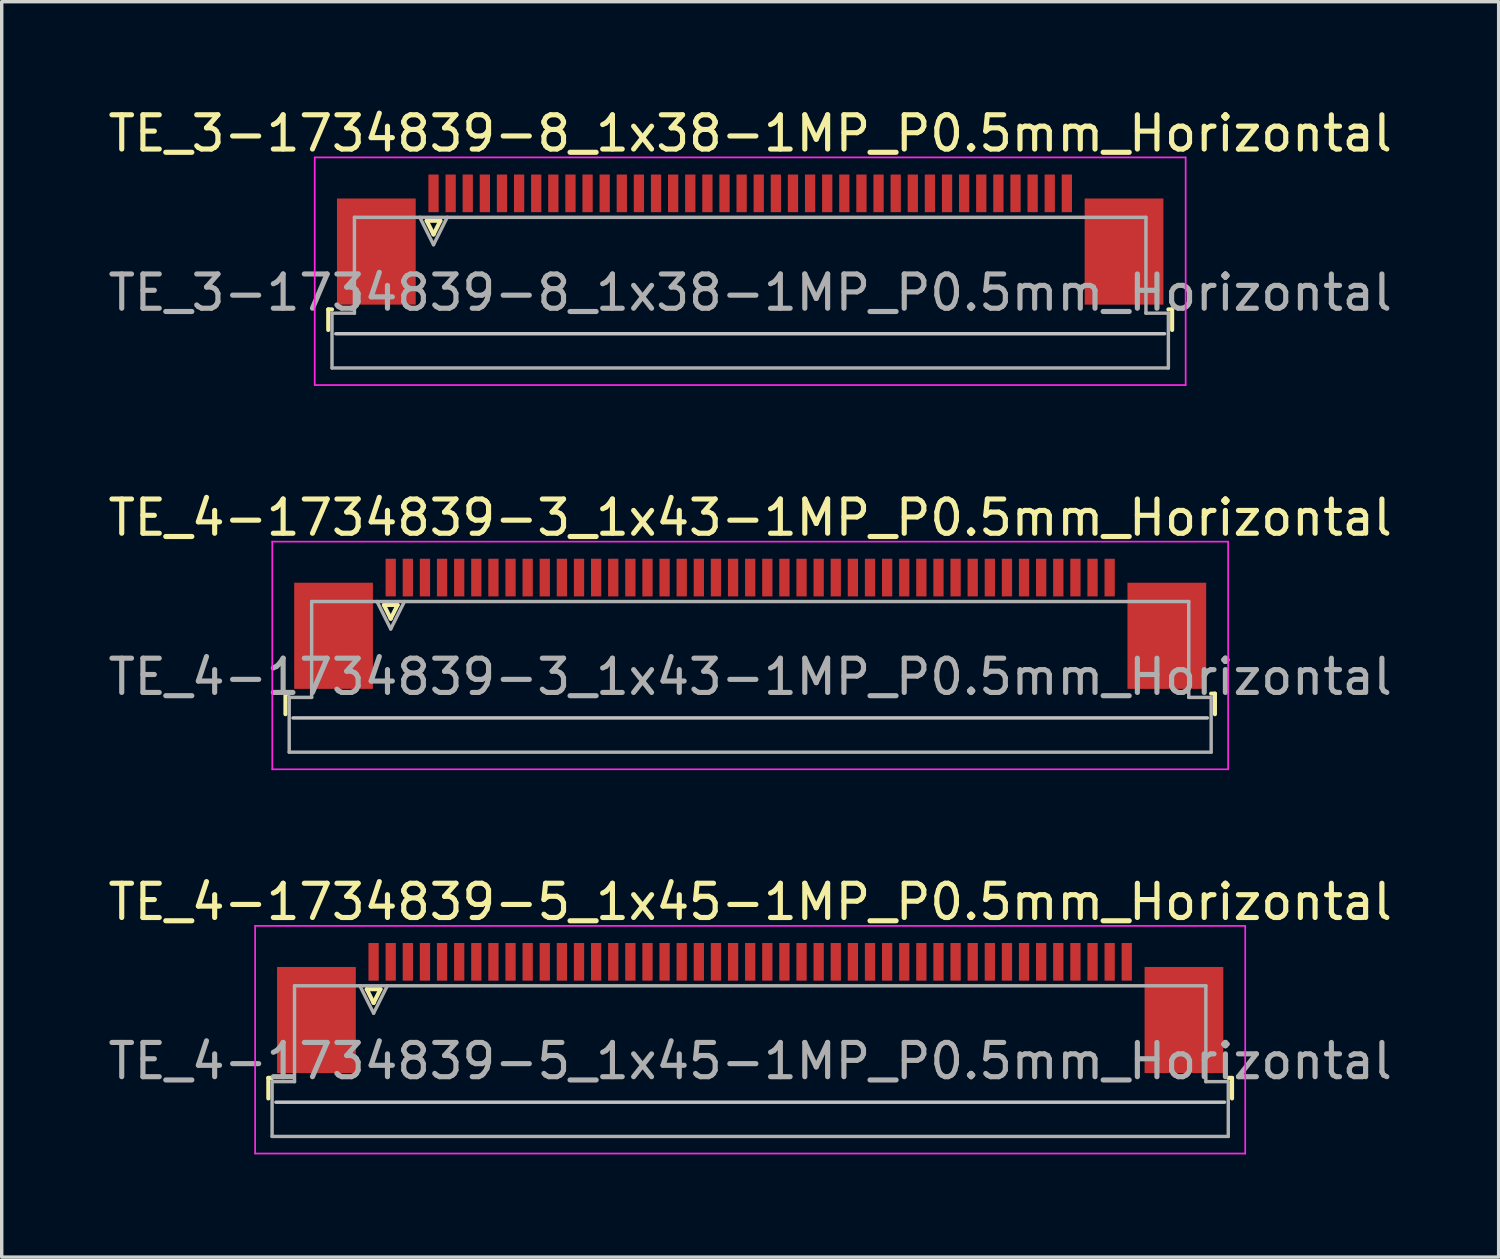
<source format=kicad_pcb>
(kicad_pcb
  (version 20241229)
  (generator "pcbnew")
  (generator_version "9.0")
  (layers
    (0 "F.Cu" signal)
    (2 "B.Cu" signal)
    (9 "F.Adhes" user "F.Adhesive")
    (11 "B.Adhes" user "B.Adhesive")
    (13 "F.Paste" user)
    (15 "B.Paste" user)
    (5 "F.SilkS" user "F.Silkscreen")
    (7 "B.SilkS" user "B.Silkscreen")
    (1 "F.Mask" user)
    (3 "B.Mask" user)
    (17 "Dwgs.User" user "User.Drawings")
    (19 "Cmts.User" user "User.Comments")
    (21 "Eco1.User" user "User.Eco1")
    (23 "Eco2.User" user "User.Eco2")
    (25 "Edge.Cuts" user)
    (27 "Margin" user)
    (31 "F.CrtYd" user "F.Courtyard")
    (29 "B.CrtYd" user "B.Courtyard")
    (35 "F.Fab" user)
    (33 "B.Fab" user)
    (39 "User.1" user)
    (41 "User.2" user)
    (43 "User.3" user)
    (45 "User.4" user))
  (footprint "TE_4-1734839-3_1x43-1MP_P0.5mm_Horizontal"
    (layer "F.Cu")
    (at 18.863 15.171)
    (property "Reference" "TE_4-1734839-3_1x43-1MP_P0.5mm_Horizontal" (at 0 -3.1 0) (layer "F.SilkS") (effects (font (size 1 1) (thickness 0.15))))
    (attr smd)
    (fp_line (start -13.575 2.04) (end -13.575 2.64) (stroke (width 0.12) (type solid)) (layer "F.SilkS"))
    (fp_line (start -13.465 2.04) (end -13.575 2.04) (stroke (width 0.12) (type solid)) (layer "F.SilkS"))
    (fp_line (start -10.7 -0.55) (end -10.5 -0.15) (stroke (width 0.12) (type solid)) (layer "F.SilkS"))
    (fp_line (start -10.5 -0.15) (end -10.3 -0.55) (stroke (width 0.12) (type solid)) (layer "F.SilkS"))
    (fp_line (start -10.3 -0.55) (end -10.7 -0.55) (stroke (width 0.12) (type solid)) (layer "F.SilkS"))
    (fp_line (start 13.465 2.04) (end 13.575 2.04) (stroke (width 0.12) (type solid)) (layer "F.SilkS"))
    (fp_line (start 13.575 2.04) (end 13.575 2.64) (stroke (width 0.12) (type solid)) (layer "F.SilkS"))
    (fp_line (start 13.355 2.75) (end -13.355 2.75) (stroke (width 0.1) (type solid)) (layer "Dwgs.User"))
    (fp_line (start -13.96 -2.4) (end -13.96 4.25) (stroke (width 0.05) (type solid)) (layer "F.CrtYd"))
    (fp_line (start -13.96 4.25) (end 13.96 4.25) (stroke (width 0.05) (type solid)) (layer "F.CrtYd"))
    (fp_line (start 13.96 -2.4) (end -13.96 -2.4) (stroke (width 0.05) (type solid)) (layer "F.CrtYd"))
    (fp_line (start 13.96 4.25) (end 13.96 -2.4) (stroke (width 0.05) (type solid)) (layer "F.CrtYd"))
    (fp_line (start -13.465 2.15) (end -12.81 2.15) (stroke (width 0.1) (type solid)) (layer "F.Fab"))
    (fp_line (start -13.465 3.75) (end -13.465 2.15) (stroke (width 0.1) (type solid)) (layer "F.Fab"))
    (fp_line (start -12.81 -0.65) (end 12.81 -0.65) (stroke (width 0.1) (type solid)) (layer "F.Fab"))
    (fp_line (start -12.81 2.15) (end -12.81 -0.65) (stroke (width 0.1) (type solid)) (layer "F.Fab"))
    (fp_line (start -10.9 -0.65) (end -10.5 0.15) (stroke (width 0.1) (type solid)) (layer "F.Fab"))
    (fp_line (start -10.5 0.15) (end -10.1 -0.65) (stroke (width 0.1) (type solid)) (layer "F.Fab"))
    (fp_line (start 12.81 -0.65) (end 12.81 2.15) (stroke (width 0.1) (type solid)) (layer "F.Fab"))
    (fp_line (start 12.81 2.15) (end 13.465 2.15) (stroke (width 0.1) (type solid)) (layer "F.Fab"))
    (fp_line (start 13.465 2.15) (end 13.465 3.75) (stroke (width 0.1) (type solid)) (layer "F.Fab"))
    (fp_line (start 13.465 3.75) (end -13.465 3.75) (stroke (width 0.1) (type solid)) (layer "F.Fab"))
    (fp_text user "${REFERENCE}" (at 0 1.55 0) (layer "F.Fab") (effects (font (size 1 1) (thickness 0.15))))
    (pad "1" smd rect (at -10.5 -1.35) (size 0.3 1.1) (layers "F.Cu" "F.Mask" "F.Paste"))
    (pad "2" smd rect (at -10 -1.35) (size 0.3 1.1) (layers "F.Cu" "F.Mask" "F.Paste"))
    (pad "3" smd rect (at -9.5 -1.35) (size 0.3 1.1) (layers "F.Cu" "F.Mask" "F.Paste"))
    (pad "4" smd rect (at -9 -1.35) (size 0.3 1.1) (layers "F.Cu" "F.Mask" "F.Paste"))
    (pad "5" smd rect (at -8.5 -1.35) (size 0.3 1.1) (layers "F.Cu" "F.Mask" "F.Paste"))
    (pad "6" smd rect (at -8 -1.35) (size 0.3 1.1) (layers "F.Cu" "F.Mask" "F.Paste"))
    (pad "7" smd rect (at -7.5 -1.35) (size 0.3 1.1) (layers "F.Cu" "F.Mask" "F.Paste"))
    (pad "8" smd rect (at -7 -1.35) (size 0.3 1.1) (layers "F.Cu" "F.Mask" "F.Paste"))
    (pad "9" smd rect (at -6.5 -1.35) (size 0.3 1.1) (layers "F.Cu" "F.Mask" "F.Paste"))
    (pad "10" smd rect (at -6 -1.35) (size 0.3 1.1) (layers "F.Cu" "F.Mask" "F.Paste"))
    (pad "11" smd rect (at -5.5 -1.35) (size 0.3 1.1) (layers "F.Cu" "F.Mask" "F.Paste"))
    (pad "12" smd rect (at -5 -1.35) (size 0.3 1.1) (layers "F.Cu" "F.Mask" "F.Paste"))
    (pad "13" smd rect (at -4.5 -1.35) (size 0.3 1.1) (layers "F.Cu" "F.Mask" "F.Paste"))
    (pad "14" smd rect (at -4 -1.35) (size 0.3 1.1) (layers "F.Cu" "F.Mask" "F.Paste"))
    (pad "15" smd rect (at -3.5 -1.35) (size 0.3 1.1) (layers "F.Cu" "F.Mask" "F.Paste"))
    (pad "16" smd rect (at -3 -1.35) (size 0.3 1.1) (layers "F.Cu" "F.Mask" "F.Paste"))
    (pad "17" smd rect (at -2.5 -1.35) (size 0.3 1.1) (layers "F.Cu" "F.Mask" "F.Paste"))
    (pad "18" smd rect (at -2 -1.35) (size 0.3 1.1) (layers "F.Cu" "F.Mask" "F.Paste"))
    (pad "19" smd rect (at -1.5 -1.35) (size 0.3 1.1) (layers "F.Cu" "F.Mask" "F.Paste"))
    (pad "20" smd rect (at -1 -1.35) (size 0.3 1.1) (layers "F.Cu" "F.Mask" "F.Paste"))
    (pad "21" smd rect (at -0.5 -1.35) (size 0.3 1.1) (layers "F.Cu" "F.Mask" "F.Paste"))
    (pad "22" smd rect (at 0 -1.35) (size 0.3 1.1) (layers "F.Cu" "F.Mask" "F.Paste"))
    (pad "23" smd rect (at 0.5 -1.35) (size 0.3 1.1) (layers "F.Cu" "F.Mask" "F.Paste"))
    (pad "24" smd rect (at 1 -1.35) (size 0.3 1.1) (layers "F.Cu" "F.Mask" "F.Paste"))
    (pad "25" smd rect (at 1.5 -1.35) (size 0.3 1.1) (layers "F.Cu" "F.Mask" "F.Paste"))
    (pad "26" smd rect (at 2 -1.35) (size 0.3 1.1) (layers "F.Cu" "F.Mask" "F.Paste"))
    (pad "27" smd rect (at 2.5 -1.35) (size 0.3 1.1) (layers "F.Cu" "F.Mask" "F.Paste"))
    (pad "28" smd rect (at 3 -1.35) (size 0.3 1.1) (layers "F.Cu" "F.Mask" "F.Paste"))
    (pad "29" smd rect (at 3.5 -1.35) (size 0.3 1.1) (layers "F.Cu" "F.Mask" "F.Paste"))
    (pad "30" smd rect (at 4 -1.35) (size 0.3 1.1) (layers "F.Cu" "F.Mask" "F.Paste"))
    (pad "31" smd rect (at 4.5 -1.35) (size 0.3 1.1) (layers "F.Cu" "F.Mask" "F.Paste"))
    (pad "32" smd rect (at 5 -1.35) (size 0.3 1.1) (layers "F.Cu" "F.Mask" "F.Paste"))
    (pad "33" smd rect (at 5.5 -1.35) (size 0.3 1.1) (layers "F.Cu" "F.Mask" "F.Paste"))
    (pad "34" smd rect (at 6 -1.35) (size 0.3 1.1) (layers "F.Cu" "F.Mask" "F.Paste"))
    (pad "35" smd rect (at 6.5 -1.35) (size 0.3 1.1) (layers "F.Cu" "F.Mask" "F.Paste"))
    (pad "36" smd rect (at 7 -1.35) (size 0.3 1.1) (layers "F.Cu" "F.Mask" "F.Paste"))
    (pad "37" smd rect (at 7.5 -1.35) (size 0.3 1.1) (layers "F.Cu" "F.Mask" "F.Paste"))
    (pad "38" smd rect (at 8 -1.35) (size 0.3 1.1) (layers "F.Cu" "F.Mask" "F.Paste"))
    (pad "39" smd rect (at 8.5 -1.35) (size 0.3 1.1) (layers "F.Cu" "F.Mask" "F.Paste"))
    (pad "40" smd rect (at 9 -1.35) (size 0.3 1.1) (layers "F.Cu" "F.Mask" "F.Paste"))
    (pad "41" smd rect (at 9.5 -1.35) (size 0.3 1.1) (layers "F.Cu" "F.Mask" "F.Paste"))
    (pad "42" smd rect (at 10 -1.35) (size 0.3 1.1) (layers "F.Cu" "F.Mask" "F.Paste"))
    (pad "43" smd rect (at 10.5 -1.35) (size 0.3 1.1) (layers "F.Cu" "F.Mask" "F.Paste"))
    (pad "MP" smd rect (at -12.17 0.35) (size 2.3 3.1) (layers "F.Cu" "F.Mask" "F.Paste"))
    (pad "MP" smd rect (at 12.17 0.35) (size 2.3 3.1) (layers "F.Cu" "F.Mask" "F.Paste")))
  (footprint "TE_4-1734839-5_1x45-1MP_P0.5mm_Horizontal"
    (layer "F.Cu")
    (at 18.863 26.395)
    (property "Reference" "TE_4-1734839-5_1x45-1MP_P0.5mm_Horizontal" (at 0 -3.1 0) (layer "F.SilkS") (effects (font (size 1 1) (thickness 0.15))))
    (attr smd)
    (fp_line (start -14.075 2.04) (end -14.075 2.64) (stroke (width 0.12) (type solid)) (layer "F.SilkS"))
    (fp_line (start -13.965 2.04) (end -14.075 2.04) (stroke (width 0.12) (type solid)) (layer "F.SilkS"))
    (fp_line (start -11.2 -0.55) (end -11 -0.15) (stroke (width 0.12) (type solid)) (layer "F.SilkS"))
    (fp_line (start -11 -0.15) (end -10.8 -0.55) (stroke (width 0.12) (type solid)) (layer "F.SilkS"))
    (fp_line (start -10.8 -0.55) (end -11.2 -0.55) (stroke (width 0.12) (type solid)) (layer "F.SilkS"))
    (fp_line (start 13.965 2.04) (end 14.075 2.04) (stroke (width 0.12) (type solid)) (layer "F.SilkS"))
    (fp_line (start 14.075 2.04) (end 14.075 2.64) (stroke (width 0.12) (type solid)) (layer "F.SilkS"))
    (fp_line (start 13.855 2.75) (end -13.855 2.75) (stroke (width 0.1) (type solid)) (layer "Dwgs.User"))
    (fp_line (start -14.46 -2.4) (end -14.46 4.25) (stroke (width 0.05) (type solid)) (layer "F.CrtYd"))
    (fp_line (start -14.46 4.25) (end 14.46 4.25) (stroke (width 0.05) (type solid)) (layer "F.CrtYd"))
    (fp_line (start 14.46 -2.4) (end -14.46 -2.4) (stroke (width 0.05) (type solid)) (layer "F.CrtYd"))
    (fp_line (start 14.46 4.25) (end 14.46 -2.4) (stroke (width 0.05) (type solid)) (layer "F.CrtYd"))
    (fp_line (start -13.965 2.15) (end -13.31 2.15) (stroke (width 0.1) (type solid)) (layer "F.Fab"))
    (fp_line (start -13.965 3.75) (end -13.965 2.15) (stroke (width 0.1) (type solid)) (layer "F.Fab"))
    (fp_line (start -13.31 -0.65) (end 13.31 -0.65) (stroke (width 0.1) (type solid)) (layer "F.Fab"))
    (fp_line (start -13.31 2.15) (end -13.31 -0.65) (stroke (width 0.1) (type solid)) (layer "F.Fab"))
    (fp_line (start -11.4 -0.65) (end -11 0.15) (stroke (width 0.1) (type solid)) (layer "F.Fab"))
    (fp_line (start -11 0.15) (end -10.6 -0.65) (stroke (width 0.1) (type solid)) (layer "F.Fab"))
    (fp_line (start 13.31 -0.65) (end 13.31 2.15) (stroke (width 0.1) (type solid)) (layer "F.Fab"))
    (fp_line (start 13.31 2.15) (end 13.965 2.15) (stroke (width 0.1) (type solid)) (layer "F.Fab"))
    (fp_line (start 13.965 2.15) (end 13.965 3.75) (stroke (width 0.1) (type solid)) (layer "F.Fab"))
    (fp_line (start 13.965 3.75) (end -13.965 3.75) (stroke (width 0.1) (type solid)) (layer "F.Fab"))
    (fp_text user "${REFERENCE}" (at 0 1.55 0) (layer "F.Fab") (effects (font (size 1 1) (thickness 0.15))))
    (pad "1" smd rect (at -11 -1.35) (size 0.3 1.1) (layers "F.Cu" "F.Mask" "F.Paste"))
    (pad "2" smd rect (at -10.5 -1.35) (size 0.3 1.1) (layers "F.Cu" "F.Mask" "F.Paste"))
    (pad "3" smd rect (at -10 -1.35) (size 0.3 1.1) (layers "F.Cu" "F.Mask" "F.Paste"))
    (pad "4" smd rect (at -9.5 -1.35) (size 0.3 1.1) (layers "F.Cu" "F.Mask" "F.Paste"))
    (pad "5" smd rect (at -9 -1.35) (size 0.3 1.1) (layers "F.Cu" "F.Mask" "F.Paste"))
    (pad "6" smd rect (at -8.5 -1.35) (size 0.3 1.1) (layers "F.Cu" "F.Mask" "F.Paste"))
    (pad "7" smd rect (at -8 -1.35) (size 0.3 1.1) (layers "F.Cu" "F.Mask" "F.Paste"))
    (pad "8" smd rect (at -7.5 -1.35) (size 0.3 1.1) (layers "F.Cu" "F.Mask" "F.Paste"))
    (pad "9" smd rect (at -7 -1.35) (size 0.3 1.1) (layers "F.Cu" "F.Mask" "F.Paste"))
    (pad "10" smd rect (at -6.5 -1.35) (size 0.3 1.1) (layers "F.Cu" "F.Mask" "F.Paste"))
    (pad "11" smd rect (at -6 -1.35) (size 0.3 1.1) (layers "F.Cu" "F.Mask" "F.Paste"))
    (pad "12" smd rect (at -5.5 -1.35) (size 0.3 1.1) (layers "F.Cu" "F.Mask" "F.Paste"))
    (pad "13" smd rect (at -5 -1.35) (size 0.3 1.1) (layers "F.Cu" "F.Mask" "F.Paste"))
    (pad "14" smd rect (at -4.5 -1.35) (size 0.3 1.1) (layers "F.Cu" "F.Mask" "F.Paste"))
    (pad "15" smd rect (at -4 -1.35) (size 0.3 1.1) (layers "F.Cu" "F.Mask" "F.Paste"))
    (pad "16" smd rect (at -3.5 -1.35) (size 0.3 1.1) (layers "F.Cu" "F.Mask" "F.Paste"))
    (pad "17" smd rect (at -3 -1.35) (size 0.3 1.1) (layers "F.Cu" "F.Mask" "F.Paste"))
    (pad "18" smd rect (at -2.5 -1.35) (size 0.3 1.1) (layers "F.Cu" "F.Mask" "F.Paste"))
    (pad "19" smd rect (at -2 -1.35) (size 0.3 1.1) (layers "F.Cu" "F.Mask" "F.Paste"))
    (pad "20" smd rect (at -1.5 -1.35) (size 0.3 1.1) (layers "F.Cu" "F.Mask" "F.Paste"))
    (pad "21" smd rect (at -1 -1.35) (size 0.3 1.1) (layers "F.Cu" "F.Mask" "F.Paste"))
    (pad "22" smd rect (at -0.5 -1.35) (size 0.3 1.1) (layers "F.Cu" "F.Mask" "F.Paste"))
    (pad "23" smd rect (at 0 -1.35) (size 0.3 1.1) (layers "F.Cu" "F.Mask" "F.Paste"))
    (pad "24" smd rect (at 0.5 -1.35) (size 0.3 1.1) (layers "F.Cu" "F.Mask" "F.Paste"))
    (pad "25" smd rect (at 1 -1.35) (size 0.3 1.1) (layers "F.Cu" "F.Mask" "F.Paste"))
    (pad "26" smd rect (at 1.5 -1.35) (size 0.3 1.1) (layers "F.Cu" "F.Mask" "F.Paste"))
    (pad "27" smd rect (at 2 -1.35) (size 0.3 1.1) (layers "F.Cu" "F.Mask" "F.Paste"))
    (pad "28" smd rect (at 2.5 -1.35) (size 0.3 1.1) (layers "F.Cu" "F.Mask" "F.Paste"))
    (pad "29" smd rect (at 3 -1.35) (size 0.3 1.1) (layers "F.Cu" "F.Mask" "F.Paste"))
    (pad "30" smd rect (at 3.5 -1.35) (size 0.3 1.1) (layers "F.Cu" "F.Mask" "F.Paste"))
    (pad "31" smd rect (at 4 -1.35) (size 0.3 1.1) (layers "F.Cu" "F.Mask" "F.Paste"))
    (pad "32" smd rect (at 4.5 -1.35) (size 0.3 1.1) (layers "F.Cu" "F.Mask" "F.Paste"))
    (pad "33" smd rect (at 5 -1.35) (size 0.3 1.1) (layers "F.Cu" "F.Mask" "F.Paste"))
    (pad "34" smd rect (at 5.5 -1.35) (size 0.3 1.1) (layers "F.Cu" "F.Mask" "F.Paste"))
    (pad "35" smd rect (at 6 -1.35) (size 0.3 1.1) (layers "F.Cu" "F.Mask" "F.Paste"))
    (pad "36" smd rect (at 6.5 -1.35) (size 0.3 1.1) (layers "F.Cu" "F.Mask" "F.Paste"))
    (pad "37" smd rect (at 7 -1.35) (size 0.3 1.1) (layers "F.Cu" "F.Mask" "F.Paste"))
    (pad "38" smd rect (at 7.5 -1.35) (size 0.3 1.1) (layers "F.Cu" "F.Mask" "F.Paste"))
    (pad "39" smd rect (at 8 -1.35) (size 0.3 1.1) (layers "F.Cu" "F.Mask" "F.Paste"))
    (pad "40" smd rect (at 8.5 -1.35) (size 0.3 1.1) (layers "F.Cu" "F.Mask" "F.Paste"))
    (pad "41" smd rect (at 9 -1.35) (size 0.3 1.1) (layers "F.Cu" "F.Mask" "F.Paste"))
    (pad "42" smd rect (at 9.5 -1.35) (size 0.3 1.1) (layers "F.Cu" "F.Mask" "F.Paste"))
    (pad "43" smd rect (at 10 -1.35) (size 0.3 1.1) (layers "F.Cu" "F.Mask" "F.Paste"))
    (pad "44" smd rect (at 10.5 -1.35) (size 0.3 1.1) (layers "F.Cu" "F.Mask" "F.Paste"))
    (pad "45" smd rect (at 11 -1.35) (size 0.3 1.1) (layers "F.Cu" "F.Mask" "F.Paste"))
    (pad "MP" smd rect (at -12.67 0.35) (size 2.3 3.1) (layers "F.Cu" "F.Mask" "F.Paste"))
    (pad "MP" smd rect (at 12.67 0.35) (size 2.3 3.1) (layers "F.Cu" "F.Mask" "F.Paste")))
  (footprint "TE_3-1734839-8_1x38-1MP_P0.5mm_Horizontal"
    (layer "F.Cu")
    (at 18.863 3.948)
    (property "Reference" "TE_3-1734839-8_1x38-1MP_P0.5mm_Horizontal" (at 0 -3.1 0) (layer "F.SilkS") (effects (font (size 1 1) (thickness 0.15))))
    (attr smd)
    (fp_line (start -12.325 2.04) (end -12.325 2.64) (stroke (width 0.12) (type solid)) (layer "F.SilkS"))
    (fp_line (start -12.215 2.04) (end -12.325 2.04) (stroke (width 0.12) (type solid)) (layer "F.SilkS"))
    (fp_line (start -9.45 -0.55) (end -9.25 -0.15) (stroke (width 0.12) (type solid)) (layer "F.SilkS"))
    (fp_line (start -9.25 -0.15) (end -9.05 -0.55) (stroke (width 0.12) (type solid)) (layer "F.SilkS"))
    (fp_line (start -9.05 -0.55) (end -9.45 -0.55) (stroke (width 0.12) (type solid)) (layer "F.SilkS"))
    (fp_line (start 12.215 2.04) (end 12.325 2.04) (stroke (width 0.12) (type solid)) (layer "F.SilkS"))
    (fp_line (start 12.325 2.04) (end 12.325 2.64) (stroke (width 0.12) (type solid)) (layer "F.SilkS"))
    (fp_line (start 12.105 2.75) (end -12.105 2.75) (stroke (width 0.1) (type solid)) (layer "Dwgs.User"))
    (fp_line (start -12.72 -2.4) (end -12.72 4.25) (stroke (width 0.05) (type solid)) (layer "F.CrtYd"))
    (fp_line (start -12.72 4.25) (end 12.72 4.25) (stroke (width 0.05) (type solid)) (layer "F.CrtYd"))
    (fp_line (start 12.72 -2.4) (end -12.72 -2.4) (stroke (width 0.05) (type solid)) (layer "F.CrtYd"))
    (fp_line (start 12.72 4.25) (end 12.72 -2.4) (stroke (width 0.05) (type solid)) (layer "F.CrtYd"))
    (fp_line (start -12.215 2.15) (end -11.56 2.15) (stroke (width 0.1) (type solid)) (layer "F.Fab"))
    (fp_line (start -12.215 3.75) (end -12.215 2.15) (stroke (width 0.1) (type solid)) (layer "F.Fab"))
    (fp_line (start -11.56 -0.65) (end 11.56 -0.65) (stroke (width 0.1) (type solid)) (layer "F.Fab"))
    (fp_line (start -11.56 2.15) (end -11.56 -0.65) (stroke (width 0.1) (type solid)) (layer "F.Fab"))
    (fp_line (start -9.65 -0.65) (end -9.25 0.15) (stroke (width 0.1) (type solid)) (layer "F.Fab"))
    (fp_line (start -9.25 0.15) (end -8.85 -0.65) (stroke (width 0.1) (type solid)) (layer "F.Fab"))
    (fp_line (start 11.56 -0.65) (end 11.56 2.15) (stroke (width 0.1) (type solid)) (layer "F.Fab"))
    (fp_line (start 11.56 2.15) (end 12.215 2.15) (stroke (width 0.1) (type solid)) (layer "F.Fab"))
    (fp_line (start 12.215 2.15) (end 12.215 3.75) (stroke (width 0.1) (type solid)) (layer "F.Fab"))
    (fp_line (start 12.215 3.75) (end -12.215 3.75) (stroke (width 0.1) (type solid)) (layer "F.Fab"))
    (fp_text user "${REFERENCE}" (at 0 1.55 0) (layer "F.Fab") (effects (font (size 1 1) (thickness 0.15))))
    (pad "1" smd rect (at -9.25 -1.35) (size 0.3 1.1) (layers "F.Cu" "F.Mask" "F.Paste"))
    (pad "2" smd rect (at -8.75 -1.35) (size 0.3 1.1) (layers "F.Cu" "F.Mask" "F.Paste"))
    (pad "3" smd rect (at -8.25 -1.35) (size 0.3 1.1) (layers "F.Cu" "F.Mask" "F.Paste"))
    (pad "4" smd rect (at -7.75 -1.35) (size 0.3 1.1) (layers "F.Cu" "F.Mask" "F.Paste"))
    (pad "5" smd rect (at -7.25 -1.35) (size 0.3 1.1) (layers "F.Cu" "F.Mask" "F.Paste"))
    (pad "6" smd rect (at -6.75 -1.35) (size 0.3 1.1) (layers "F.Cu" "F.Mask" "F.Paste"))
    (pad "7" smd rect (at -6.25 -1.35) (size 0.3 1.1) (layers "F.Cu" "F.Mask" "F.Paste"))
    (pad "8" smd rect (at -5.75 -1.35) (size 0.3 1.1) (layers "F.Cu" "F.Mask" "F.Paste"))
    (pad "9" smd rect (at -5.25 -1.35) (size 0.3 1.1) (layers "F.Cu" "F.Mask" "F.Paste"))
    (pad "10" smd rect (at -4.75 -1.35) (size 0.3 1.1) (layers "F.Cu" "F.Mask" "F.Paste"))
    (pad "11" smd rect (at -4.25 -1.35) (size 0.3 1.1) (layers "F.Cu" "F.Mask" "F.Paste"))
    (pad "12" smd rect (at -3.75 -1.35) (size 0.3 1.1) (layers "F.Cu" "F.Mask" "F.Paste"))
    (pad "13" smd rect (at -3.25 -1.35) (size 0.3 1.1) (layers "F.Cu" "F.Mask" "F.Paste"))
    (pad "14" smd rect (at -2.75 -1.35) (size 0.3 1.1) (layers "F.Cu" "F.Mask" "F.Paste"))
    (pad "15" smd rect (at -2.25 -1.35) (size 0.3 1.1) (layers "F.Cu" "F.Mask" "F.Paste"))
    (pad "16" smd rect (at -1.75 -1.35) (size 0.3 1.1) (layers "F.Cu" "F.Mask" "F.Paste"))
    (pad "17" smd rect (at -1.25 -1.35) (size 0.3 1.1) (layers "F.Cu" "F.Mask" "F.Paste"))
    (pad "18" smd rect (at -0.75 -1.35) (size 0.3 1.1) (layers "F.Cu" "F.Mask" "F.Paste"))
    (pad "19" smd rect (at -0.25 -1.35) (size 0.3 1.1) (layers "F.Cu" "F.Mask" "F.Paste"))
    (pad "20" smd rect (at 0.25 -1.35) (size 0.3 1.1) (layers "F.Cu" "F.Mask" "F.Paste"))
    (pad "21" smd rect (at 0.75 -1.35) (size 0.3 1.1) (layers "F.Cu" "F.Mask" "F.Paste"))
    (pad "22" smd rect (at 1.25 -1.35) (size 0.3 1.1) (layers "F.Cu" "F.Mask" "F.Paste"))
    (pad "23" smd rect (at 1.75 -1.35) (size 0.3 1.1) (layers "F.Cu" "F.Mask" "F.Paste"))
    (pad "24" smd rect (at 2.25 -1.35) (size 0.3 1.1) (layers "F.Cu" "F.Mask" "F.Paste"))
    (pad "25" smd rect (at 2.75 -1.35) (size 0.3 1.1) (layers "F.Cu" "F.Mask" "F.Paste"))
    (pad "26" smd rect (at 3.25 -1.35) (size 0.3 1.1) (layers "F.Cu" "F.Mask" "F.Paste"))
    (pad "27" smd rect (at 3.75 -1.35) (size 0.3 1.1) (layers "F.Cu" "F.Mask" "F.Paste"))
    (pad "28" smd rect (at 4.25 -1.35) (size 0.3 1.1) (layers "F.Cu" "F.Mask" "F.Paste"))
    (pad "29" smd rect (at 4.75 -1.35) (size 0.3 1.1) (layers "F.Cu" "F.Mask" "F.Paste"))
    (pad "30" smd rect (at 5.25 -1.35) (size 0.3 1.1) (layers "F.Cu" "F.Mask" "F.Paste"))
    (pad "31" smd rect (at 5.75 -1.35) (size 0.3 1.1) (layers "F.Cu" "F.Mask" "F.Paste"))
    (pad "32" smd rect (at 6.25 -1.35) (size 0.3 1.1) (layers "F.Cu" "F.Mask" "F.Paste"))
    (pad "33" smd rect (at 6.75 -1.35) (size 0.3 1.1) (layers "F.Cu" "F.Mask" "F.Paste"))
    (pad "34" smd rect (at 7.25 -1.35) (size 0.3 1.1) (layers "F.Cu" "F.Mask" "F.Paste"))
    (pad "35" smd rect (at 7.75 -1.35) (size 0.3 1.1) (layers "F.Cu" "F.Mask" "F.Paste"))
    (pad "36" smd rect (at 8.25 -1.35) (size 0.3 1.1) (layers "F.Cu" "F.Mask" "F.Paste"))
    (pad "37" smd rect (at 8.75 -1.35) (size 0.3 1.1) (layers "F.Cu" "F.Mask" "F.Paste"))
    (pad "38" smd rect (at 9.25 -1.35) (size 0.3 1.1) (layers "F.Cu" "F.Mask" "F.Paste"))
    (pad "MP" smd rect (at -10.92 0.35) (size 2.3 3.1) (layers "F.Cu" "F.Mask" "F.Paste"))
    (pad "MP" smd rect (at 10.92 0.35) (size 2.3 3.1) (layers "F.Cu" "F.Mask" "F.Paste")))
  (gr_rect
    (start -3 -3)
    (end 40.726 33.67)
    (stroke (width 0.1) (type default))
    (fill no)
    (layer "Edge.Cuts")))
</source>
